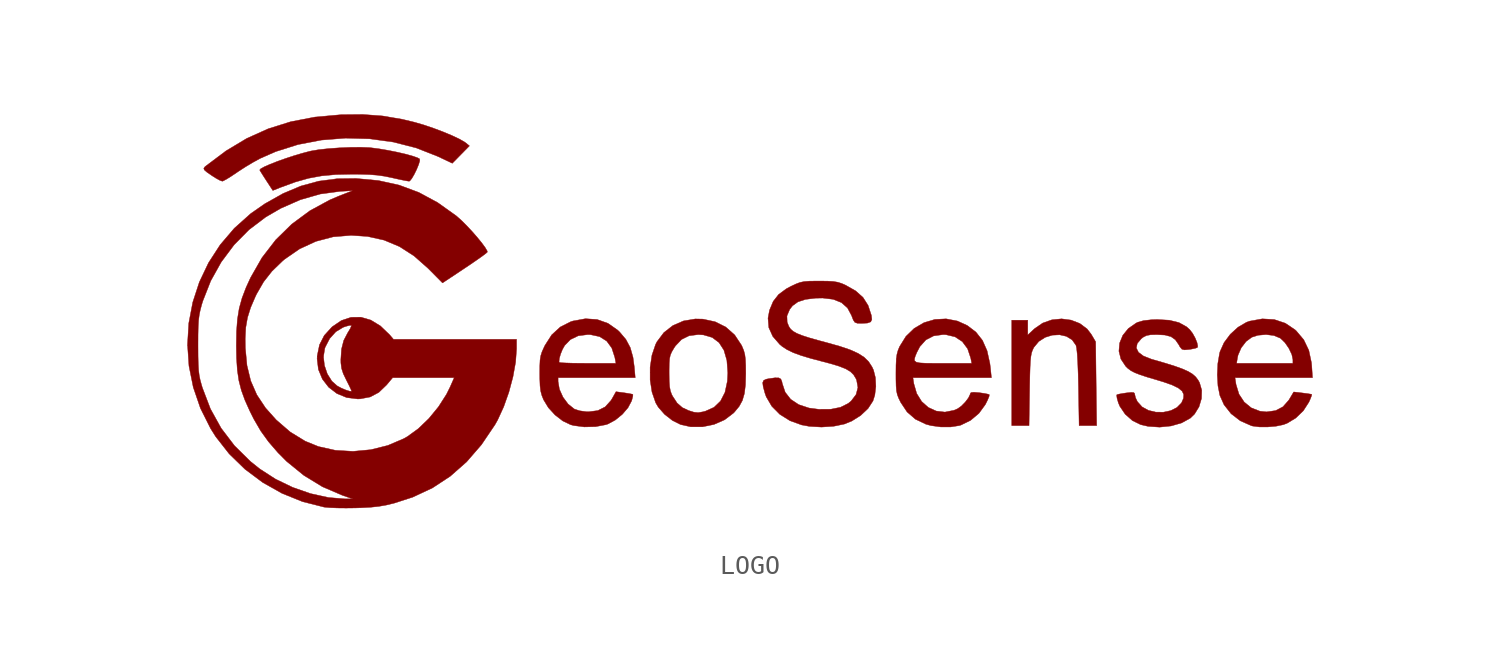
<source format=kicad_sym>
(kicad_symbol_lib
  (version 20220914)
  (generator "bitmap2component")
  (generator_version "9.0")
  (symbol "LOGO"
    (pin_names
      (offset 1.016))
    (property "Reference" "#G"
      (at 0 12.615 0)
      (effects (font (size 1.27 1.27)) hide))
    (symbol "LOGO_0_0"
      (polyline (pts (xy -21.378 -10.332) (xy -21.074 -10.323) (xy -20.557 -10.295) (xy -20.128 -10.249) (xy -19.732 -10.18) (xy -19.314 -10.079) (xy -18.329 -9.761) (xy -17.289 -9.275) (xy -16.341 -8.653) (xy -15.476 -7.891) (xy -14.689 -6.983) (xy -13.972 -5.923) (xy -13.829 -5.669) (xy -13.509 -4.972) (xy -13.233 -4.193) (xy -13.018 -3.386) (xy -12.877 -2.604) (xy -12.827 -1.902) (xy -12.827 -1.397) (xy -16.087 -1.397) (xy -19.348 -1.397) (xy -19.538 -1.173) (xy -19.555 -1.153) (xy -20.041 -0.686) (xy -20.551 -0.375) (xy -21.075 -0.222) (xy -21.599 -0.229) (xy -22.11 -0.398) (xy -22.598 -0.73) (xy -22.613 -0.744) (xy -23.018 -1.19) (xy -23.271 -1.684) (xy -23.389 -2.258) (xy -23.392 -2.315) (xy -23.061 -2.315) (xy -22.993 -1.881) (xy -22.97 -1.814) (xy -22.732 -1.355) (xy -22.404 -0.992) (xy -22.018 -0.759) (xy -21.882 -0.711) (xy -21.682 -0.657) (xy -21.584 -0.655) (xy -21.581 -0.683) (xy -21.635 -0.818) (xy -21.754 -1.016) (xy -21.774 -1.046) (xy -21.986 -1.454) (xy -22.104 -1.911) (xy -22.14 -2.47) (xy -22.137 -2.644) (xy -22.101 -2.935) (xy -22.01 -3.216) (xy -21.843 -3.563) (xy -21.813 -3.621) (xy -21.681 -3.884) (xy -21.594 -4.073) (xy -21.568 -4.15) (xy -21.569 -4.15) (xy -21.677 -4.144) (xy -21.878 -4.081) (xy -22.115 -3.98) (xy -22.333 -3.864) (xy -22.615 -3.613) (xy -22.856 -3.23) (xy -23.009 -2.781) (xy -23.061 -2.315) (xy -23.392 -2.315) (xy -23.398 -2.426) (xy -23.329 -2.993) (xy -23.118 -3.503) (xy -22.785 -3.935) (xy -22.349 -4.269) (xy -21.83 -4.482) (xy -21.248 -4.555) (xy -21.11 -4.55) (xy -20.583 -4.45) (xy -20.127 -4.208) (xy -19.714 -3.811) (xy -19.395 -3.429) (xy -17.763 -3.429) (xy -16.131 -3.429) (xy -16.345 -3.916) (xy -16.54 -4.309) (xy -16.963 -4.969) (xy -17.473 -5.591) (xy -18.034 -6.131) (xy -18.607 -6.546) (xy -18.807 -6.66) (xy -19.647 -7.019) (xy -20.553 -7.245) (xy -21.491 -7.333) (xy -22.427 -7.278) (xy -23.326 -7.078) (xy -24.031 -6.792) (xy -24.822 -6.307) (xy -25.564 -5.666) (xy -26.134 -5.028) (xy -26.594 -4.334) (xy -26.917 -3.595) (xy -27.115 -2.781) (xy -27.202 -1.859) (xy -27.21 -1.366) (xy -27.179 -0.769) (xy -27.086 -0.237) (xy -26.921 0.289) (xy -26.672 0.867) (xy -26.605 1.006) (xy -26.234 1.65) (xy -25.793 2.212) (xy -25.233 2.754) (xy -25.116 2.853) (xy -24.323 3.399) (xy -23.461 3.796) (xy -22.546 4.037) (xy -21.595 4.116) (xy -20.726 4.058) (xy -19.846 3.862) (xy -19.03 3.52) (xy -18.261 3.025) (xy -17.519 2.369) (xy -16.75 1.594) (xy -15.575 2.375) (xy -15.288 2.567) (xy -14.931 2.812) (xy -14.644 3.015) (xy -14.451 3.161) (xy -14.375 3.23) (xy -14.387 3.292) (xy -14.49 3.469) (xy -14.674 3.72) (xy -14.918 4.018) (xy -15.197 4.337) (xy -15.489 4.648) (xy -15.769 4.926) (xy -16.016 5.143) (xy -16.034 5.157) (xy -17.012 5.854) (xy -18.008 6.391) (xy -19.045 6.777) (xy -20.146 7.02) (xy -21.336 7.13) (xy -22.33 7.117) (xy -23.314 6.988) (xy -24.261 6.729) (xy -25.203 6.332) (xy -26.174 5.786) (xy -26.918 5.267) (xy -27.789 4.488) (xy -28.535 3.614) (xy -29.153 2.66) (xy -29.638 1.64) (xy -29.988 0.569) (xy -30.199 -0.539) (xy -30.267 -1.67) (xy -30.264 -1.71) (xy -29.711 -1.71) (xy -29.709 -1.15) (xy -29.7 -0.721) (xy -29.68 -0.386) (xy -29.645 -0.109) (xy -29.593 0.148) (xy -29.521 0.422) (xy -29.457 0.633) (xy -29.036 1.703) (xy -28.478 2.703) (xy -27.797 3.613) (xy -27.007 4.413) (xy -26.122 5.084) (xy -25.325 5.547) (xy -24.284 6.004) (xy -23.23 6.306) (xy -22.183 6.447) (xy -21.505 6.486) (xy -22.246 6.197) (xy -22.72 5.996) (xy -23.78 5.42) (xy -24.739 4.711) (xy -25.589 3.878) (xy -26.32 2.93) (xy -26.922 1.876) (xy -27.162 1.353) (xy -27.376 0.792) (xy -27.526 0.249) (xy -27.619 -0.322) (xy -27.668 -0.969) (xy -27.68 -1.736) (xy -27.668 -2.393) (xy -27.626 -3.029) (xy -27.544 -3.582) (xy -27.413 -4.096) (xy -27.224 -4.617) (xy -26.968 -5.189) (xy -26.752 -5.621) (xy -26.385 -6.252) (xy -25.972 -6.824) (xy -25.468 -7.407) (xy -25.012 -7.865) (xy -24.103 -8.605) (xy -23.116 -9.208) (xy -22.07 -9.658) (xy -21.505 -9.854) (xy -21.929 -9.851) (xy -22.797 -9.78) (xy -23.748 -9.571) (xy -24.697 -9.24) (xy -25.605 -8.801) (xy -26.431 -8.267) (xy -26.932 -7.867) (xy -27.779 -7.031) (xy -28.486 -6.103) (xy -29.052 -5.081) (xy -29.479 -3.962) (xy -29.522 -3.818) (xy -29.595 -3.553) (xy -29.646 -3.304) (xy -29.679 -3.035) (xy -29.698 -2.709) (xy -29.708 -2.288) (xy -29.711 -1.736) (xy -29.711 -1.71) (xy -30.264 -1.71) (xy -30.189 -2.808) (xy -29.961 -3.939) (xy -29.581 -5.049) (xy -29.043 -6.123) (xy -28.771 -6.554) (xy -28.057 -7.466) (xy -27.221 -8.279) (xy -26.282 -8.981) (xy -25.259 -9.558) (xy -24.171 -9.998) (xy -23.038 -10.285) (xy -22.991 -10.293) (xy -22.711 -10.317) (xy -22.319 -10.333) (xy -21.859 -10.338) (xy -21.378 -10.332)) (stroke (width 0.01) (type default)) (fill (type outline)))
      (polyline (pts (xy -8.638 -6.023) (xy -8.091 -5.92) (xy -7.991 -5.886) (xy -7.598 -5.676) (xy -7.225 -5.373) (xy -6.922 -5.022) (xy -6.734 -4.667) (xy -6.713 -4.601) (xy -6.665 -4.41) (xy -6.661 -4.318) (xy -6.702 -4.302) (xy -6.873 -4.268) (xy -7.124 -4.229) (xy -7.556 -4.172) (xy -7.754 -4.524) (xy -7.823 -4.637) (xy -8.13 -4.976) (xy -8.519 -5.172) (xy -9.008 -5.235) (xy -9.132 -5.231) (xy -9.483 -5.183) (xy -9.754 -5.094) (xy -9.774 -5.083) (xy -10.096 -4.824) (xy -10.368 -4.458) (xy -10.556 -4.04) (xy -10.626 -3.628) (xy -10.626 -3.429) (xy -8.582 -3.429) (xy -6.537 -3.429) (xy -6.587 -2.857) (xy -6.656 -2.345) (xy -6.801 -1.833) (xy -7.032 -1.4) (xy -7.369 -1.002) (xy -7.468 -0.908) (xy -7.983 -0.547) (xy -8.555 -0.345) (xy -9.175 -0.303) (xy -9.835 -0.423) (xy -9.954 -0.461) (xy -10.508 -0.741) (xy -10.963 -1.158) (xy -11.319 -1.712) (xy -11.37 -1.818) (xy -11.477 -2.057) (xy -11.544 -2.266) (xy -11.581 -2.496) (xy -11.585 -2.582) (xy -10.576 -2.582) (xy -10.562 -2.415) (xy -10.495 -2.179) (xy -10.394 -1.929) (xy -10.276 -1.72) (xy -9.97 -1.406) (xy -9.559 -1.208) (xy -9.048 -1.143) (xy -8.906 -1.148) (xy -8.426 -1.251) (xy -8.049 -1.488) (xy -7.779 -1.856) (xy -7.618 -2.352) (xy -7.559 -2.667) (xy -9.036 -2.667) (xy -9.443 -2.665) (xy -9.877 -2.659) (xy -10.227 -2.648) (xy -10.465 -2.635) (xy -10.561 -2.619) (xy -10.576 -2.582) (xy -11.585 -2.582) (xy -11.595 -2.796) (xy -11.598 -3.216) (xy -11.595 -3.494) (xy -11.581 -3.861) (xy -11.548 -4.135) (xy -11.488 -4.364) (xy -11.396 -4.596) (xy -11.142 -5.015) (xy -10.785 -5.406) (xy -10.375 -5.723) (xy -9.96 -5.921) (xy -9.798 -5.964) (xy -9.235 -6.038) (xy -8.638 -6.023)) (stroke (width 0.01) (type default)) (fill (type outline)))
      (polyline (pts (xy -2.36 -5.906) (xy -1.8 -5.661) (xy -1.335 -5.308) (xy -1.275 -5.247) (xy -1.03 -4.951) (xy -0.859 -4.638) (xy -0.751 -4.269) (xy -0.695 -3.808) (xy -0.678 -3.217) (xy -0.682 -2.777) (xy -0.697 -2.442) (xy -0.73 -2.193) (xy -0.786 -1.986) (xy -0.872 -1.778) (xy -0.91 -1.699) (xy -1.268 -1.16) (xy -1.737 -0.745) (xy -2.303 -0.463) (xy -2.951 -0.324) (xy -3.353 -0.315) (xy -3.979 -0.42) (xy -4.542 -0.665) (xy -5.018 -1.036) (xy -5.385 -1.524) (xy -5.457 -1.664) (xy -5.65 -2.233) (xy -5.747 -2.878) (xy -5.747 -3.168) (xy -4.741 -3.168) (xy -4.741 -3.05) (xy -4.736 -2.679) (xy -4.717 -2.42) (xy -4.675 -2.228) (xy -4.601 -2.058) (xy -4.487 -1.865) (xy -4.407 -1.744) (xy -4.08 -1.401) (xy -3.683 -1.205) (xy -3.193 -1.143) (xy -2.919 -1.161) (xy -2.456 -1.297) (xy -2.094 -1.569) (xy -1.835 -1.973) (xy -1.68 -2.509) (xy -1.63 -3.175) (xy -1.654 -3.618) (xy -1.78 -4.207) (xy -2.015 -4.666) (xy -2.359 -4.997) (xy -2.813 -5.202) (xy -2.951 -5.238) (xy -3.201 -5.28) (xy -3.424 -5.258) (xy -3.71 -5.169) (xy -4.039 -5.015) (xy -4.319 -4.77) (xy -4.56 -4.403) (xy -4.603 -4.318) (xy -4.673 -4.13) (xy -4.715 -3.905) (xy -4.736 -3.599) (xy -4.741 -3.168) (xy -5.747 -3.168) (xy -5.747 -3.548) (xy -5.648 -4.193) (xy -5.451 -4.761) (xy -5.315 -4.99) (xy -4.981 -5.371) (xy -4.567 -5.695) (xy -4.131 -5.913) (xy -3.593 -6.032) (xy -2.972 -6.032) (xy -2.36 -5.906)) (stroke (width 0.01) (type default)) (fill (type outline)))
      (polyline (pts (xy 3.98 -6.003) (xy 4.551 -5.885) (xy 4.939 -5.728) (xy 5.411 -5.431) (xy 5.801 -5.063) (xy 6.064 -4.66) (xy 6.161 -4.352) (xy 6.216 -3.892) (xy 6.193 -3.424) (xy 6.092 -3.025) (xy 6.016 -2.861) (xy 5.837 -2.583) (xy 5.598 -2.347) (xy 5.277 -2.141) (xy 4.853 -1.95) (xy 4.304 -1.764) (xy 3.609 -1.569) (xy 3.227 -1.467) (xy 2.703 -1.32) (xy 2.31 -1.193) (xy 2.025 -1.079) (xy 1.828 -0.966) (xy 1.695 -0.848) (xy 1.605 -0.712) (xy 1.515 -0.486) (xy 1.503 -0.157) (xy 1.647 0.186) (xy 1.798 0.382) (xy 2.086 0.59) (xy 2.484 0.721) (xy 3.016 0.786) (xy 3.393 0.794) (xy 3.955 0.726) (xy 4.393 0.552) (xy 4.715 0.267) (xy 4.928 -0.131) (xy 5.019 -0.369) (xy 5.105 -0.496) (xy 5.235 -0.543) (xy 5.46 -0.549) (xy 5.769 -0.533) (xy 5.944 -0.471) (xy 6.004 -0.342) (xy 5.978 -0.123) (xy 5.976 -0.118) (xy 5.804 0.404) (xy 5.536 0.825) (xy 5.147 1.172) (xy 4.614 1.474) (xy 4.412 1.563) (xy 4.199 1.631) (xy 3.96 1.671) (xy 3.648 1.689) (xy 3.216 1.693) (xy 3.051 1.693) (xy 2.679 1.687) (xy 2.409 1.665) (xy 2.191 1.618) (xy 1.976 1.537) (xy 1.713 1.413) (xy 1.471 1.283) (xy 1.062 0.981) (xy 0.776 0.615) (xy 0.582 0.152) (xy 0.501 -0.274) (xy 0.544 -0.775) (xy 0.753 -1.239) (xy 1.126 -1.668) (xy 1.258 -1.778) (xy 1.514 -1.944) (xy 1.836 -2.099) (xy 2.249 -2.251) (xy 2.778 -2.41) (xy 3.45 -2.587) (xy 3.791 -2.676) (xy 4.267 -2.819) (xy 4.616 -2.957) (xy 4.865 -3.104) (xy 5.039 -3.275) (xy 5.163 -3.481) (xy 5.197 -3.559) (xy 5.266 -3.948) (xy 5.169 -4.321) (xy 4.911 -4.661) (xy 4.753 -4.792) (xy 4.344 -4.997) (xy 3.831 -5.1) (xy 3.196 -5.105) (xy 2.676 -5.037) (xy 2.128 -4.856) (xy 1.703 -4.574) (xy 1.409 -4.196) (xy 1.254 -3.729) (xy 1.237 -3.637) (xy 1.18 -3.5) (xy 1.068 -3.437) (xy 0.863 -3.436) (xy 0.529 -3.483) (xy 0.398 -3.51) (xy 0.267 -3.575) (xy 0.219 -3.696) (xy 0.246 -3.909) (xy 0.338 -4.248) (xy 0.406 -4.44) (xy 0.7 -4.942) (xy 1.125 -5.371) (xy 1.662 -5.708) (xy 2.286 -5.934) (xy 2.694 -6.008) (xy 3.336 -6.045) (xy 3.98 -6.003)) (stroke (width 0.01) (type default)) (fill (type outline)))
      (polyline (pts (xy 10.641 -5.966) (xy 10.728 -5.939) (xy 11.236 -5.691) (xy 11.681 -5.316) (xy 12.018 -4.854) (xy 12.137 -4.616) (xy 12.217 -4.42) (xy 12.23 -4.328) (xy 12.165 -4.303) (xy 11.97 -4.263) (xy 11.701 -4.224) (xy 11.691 -4.223) (xy 11.409 -4.2) (xy 11.261 -4.217) (xy 11.218 -4.277) (xy 11.213 -4.316) (xy 11.123 -4.501) (xy 10.955 -4.723) (xy 10.752 -4.929) (xy 10.558 -5.07) (xy 10.357 -5.157) (xy 9.878 -5.252) (xy 9.417 -5.197) (xy 8.998 -5.006) (xy 8.645 -4.692) (xy 8.381 -4.267) (xy 8.23 -3.747) (xy 8.181 -3.429) (xy 10.262 -3.429) (xy 12.342 -3.429) (xy 12.288 -2.9) (xy 12.26 -2.676) (xy 12.111 -2.001) (xy 11.868 -1.452) (xy 11.521 -1.012) (xy 11.061 -0.662) (xy 10.541 -0.426) (xy 9.941 -0.31) (xy 9.341 -0.342) (xy 8.769 -0.512) (xy 8.25 -0.814) (xy 7.811 -1.239) (xy 7.476 -1.778) (xy 7.392 -1.98) (xy 7.335 -2.186) (xy 7.301 -2.434) (xy 7.301 -2.439) (xy 8.26 -2.439) (xy 8.304 -2.292) (xy 8.386 -2.094) (xy 8.55 -1.779) (xy 8.869 -1.424) (xy 9.279 -1.213) (xy 9.78 -1.143) (xy 9.931 -1.149) (xy 10.411 -1.262) (xy 10.797 -1.514) (xy 11.08 -1.893) (xy 11.246 -2.392) (xy 11.299 -2.667) (xy 9.777 -2.667) (xy 9.282 -2.667) (xy 8.848 -2.662) (xy 8.548 -2.645) (xy 8.363 -2.607) (xy 8.273 -2.541) (xy 8.26 -2.439) (xy 7.301 -2.439) (xy 7.285 -2.765) (xy 7.281 -3.223) (xy 7.282 -3.513) (xy 7.29 -3.87) (xy 7.311 -4.128) (xy 7.355 -4.33) (xy 7.427 -4.519) (xy 7.535 -4.739) (xy 7.872 -5.245) (xy 8.31 -5.627) (xy 8.865 -5.893) (xy 9.135 -5.967) (xy 9.653 -6.038) (xy 10.182 -6.039) (xy 10.641 -5.966)) (stroke (width 0.01) (type default)) (fill (type outline)))
      (polyline (pts (xy 21.866 -5.987) (xy 22.423 -5.827) (xy 22.882 -5.574) (xy 23.108 -5.356) (xy 23.345 -4.969) (xy 23.476 -4.53) (xy 23.488 -4.088) (xy 23.371 -3.689) (xy 23.297 -3.558) (xy 23.169 -3.387) (xy 23.001 -3.238) (xy 22.773 -3.099) (xy 22.464 -2.962) (xy 22.053 -2.814) (xy 21.518 -2.648) (xy 20.841 -2.452) (xy 20.814 -2.444) (xy 20.398 -2.28) (xy 20.133 -2.08) (xy 20.022 -1.854) (xy 20.071 -1.612) (xy 20.284 -1.362) (xy 20.392 -1.278) (xy 20.563 -1.193) (xy 20.782 -1.153) (xy 21.11 -1.144) (xy 21.54 -1.168) (xy 21.858 -1.252) (xy 22.087 -1.414) (xy 22.266 -1.67) (xy 22.335 -1.795) (xy 22.439 -1.919) (xy 22.577 -1.954) (xy 22.816 -1.932) (xy 22.927 -1.916) (xy 23.143 -1.872) (xy 23.256 -1.831) (xy 23.277 -1.758) (xy 23.239 -1.571) (xy 23.142 -1.329) (xy 23.006 -1.082) (xy 22.852 -0.881) (xy 22.685 -0.731) (xy 22.281 -0.508) (xy 21.767 -0.382) (xy 21.124 -0.346) (xy 20.835 -0.356) (xy 20.405 -0.404) (xy 20.107 -0.487) (xy 20.01 -0.534) (xy 19.599 -0.821) (xy 19.305 -1.184) (xy 19.137 -1.593) (xy 19.1 -2.022) (xy 19.205 -2.441) (xy 19.458 -2.823) (xy 19.574 -2.937) (xy 19.732 -3.054) (xy 19.938 -3.162) (xy 20.22 -3.272) (xy 20.608 -3.399) (xy 21.132 -3.554) (xy 21.459 -3.653) (xy 21.927 -3.819) (xy 22.251 -3.977) (xy 22.448 -4.139) (xy 22.533 -4.317) (xy 22.522 -4.52) (xy 22.419 -4.759) (xy 22.175 -5.008) (xy 21.842 -5.175) (xy 21.456 -5.258) (xy 21.051 -5.253) (xy 20.662 -5.16) (xy 20.326 -4.975) (xy 20.077 -4.696) (xy 19.98 -4.49) (xy 19.939 -4.318) (xy 19.936 -4.277) (xy 19.889 -4.219) (xy 19.755 -4.207) (xy 19.494 -4.235) (xy 19.324 -4.26) (xy 19.103 -4.299) (xy 18.992 -4.329) (xy 18.98 -4.365) (xy 19.001 -4.522) (xy 19.068 -4.755) (xy 19.146 -4.942) (xy 19.43 -5.362) (xy 19.814 -5.702) (xy 20.253 -5.917) (xy 20.644 -6.007) (xy 21.257 -6.049) (xy 21.866 -5.987)) (stroke (width 0.01) (type default)) (fill (type outline)))
      (polyline (pts (xy 27.424 -6) (xy 27.806 -5.921) (xy 28.007 -5.847) (xy 28.47 -5.569) (xy 28.872 -5.182) (xy 29.165 -4.728) (xy 29.229 -4.587) (xy 29.303 -4.4) (xy 29.321 -4.317) (xy 29.269 -4.302) (xy 29.089 -4.272) (xy 28.829 -4.239) (xy 28.363 -4.185) (xy 28.137 -4.564) (xy 28.102 -4.621) (xy 27.793 -4.97) (xy 27.405 -5.173) (xy 26.922 -5.241) (xy 26.574 -5.205) (xy 26.116 -5.028) (xy 25.739 -4.72) (xy 25.462 -4.301) (xy 25.307 -3.789) (xy 25.251 -3.429) (xy 27.305 -3.429) (xy 29.359 -3.429) (xy 29.319 -2.815) (xy 29.303 -2.633) (xy 29.163 -1.976) (xy 28.895 -1.418) (xy 28.492 -0.941) (xy 28.432 -0.887) (xy 27.915 -0.54) (xy 27.333 -0.347) (xy 26.701 -0.31) (xy 26.029 -0.431) (xy 25.861 -0.491) (xy 25.413 -0.753) (xy 25.003 -1.127) (xy 24.672 -1.571) (xy 24.459 -2.045) (xy 24.433 -2.14) (xy 24.344 -2.667) (xy 25.335 -2.667) (xy 25.385 -2.359) (xy 25.414 -2.228) (xy 25.582 -1.843) (xy 25.84 -1.508) (xy 26.146 -1.283) (xy 26.469 -1.179) (xy 26.898 -1.142) (xy 27.315 -1.194) (xy 27.652 -1.334) (xy 27.668 -1.345) (xy 27.898 -1.568) (xy 28.108 -1.872) (xy 28.262 -2.195) (xy 28.321 -2.473) (xy 28.321 -2.667) (xy 26.828 -2.667) (xy 25.335 -2.667) (xy 24.344 -2.667) (xy 24.342 -2.679) (xy 24.314 -3.277) (xy 24.349 -3.862) (xy 24.448 -4.363) (xy 24.669 -4.861) (xy 25.044 -5.338) (xy 25.535 -5.716) (xy 26.12 -5.974) (xy 26.188 -5.992) (xy 26.546 -6.038) (xy 26.981 -6.039) (xy 27.424 -6)) (stroke (width 0.01) (type default)) (fill (type outline)))
      (polyline (pts (xy 14.364 -4.085) (xy 14.367 -3.871) (xy 14.378 -3.298) (xy 14.392 -2.861) (xy 14.409 -2.537) (xy 14.434 -2.299) (xy 14.467 -2.124) (xy 14.512 -1.987) (xy 14.57 -1.863) (xy 14.595 -1.817) (xy 14.853 -1.507) (xy 15.188 -1.292) (xy 15.567 -1.174) (xy 15.955 -1.155) (xy 16.317 -1.237) (xy 16.619 -1.423) (xy 16.825 -1.714) (xy 16.858 -1.868) (xy 16.891 -2.186) (xy 16.918 -2.648) (xy 16.941 -3.243) (xy 16.957 -3.958) (xy 16.991 -5.969) (xy 17.455 -5.969) (xy 17.919 -5.969) (xy 17.892 -3.747) (xy 17.865 -1.524) (xy 17.633 -1.13) (xy 17.413 -0.844) (xy 17.026 -0.555) (xy 16.564 -0.376) (xy 16.06 -0.31) (xy 15.548 -0.361) (xy 15.061 -0.532) (xy 14.632 -0.827) (xy 14.266 -1.165) (xy 14.266 -0.773) (xy 14.266 -0.381) (xy 13.843 -0.381) (xy 13.42 -0.381) (xy 13.42 -3.175) (xy 13.42 -5.969) (xy 13.877 -5.969) (xy 14.335 -5.969) (xy 14.364 -4.085)) (stroke (width 0.01) (type default)) (fill (type outline)))
      (polyline (pts (xy -25.319 6.663) (xy -24.557 6.941) (xy -23.854 7.14) (xy -23.155 7.269) (xy -22.406 7.338) (xy -21.548 7.357) (xy -21.148 7.354) (xy -20.634 7.338) (xy -20.209 7.305) (xy -19.826 7.25) (xy -19.435 7.17) (xy -19.23 7.123) (xy -18.899 7.052) (xy -18.648 7.003) (xy -18.52 6.985) (xy -18.483 7.002) (xy -18.378 7.131) (xy -18.251 7.349) (xy -18.124 7.608) (xy -18.02 7.861) (xy -17.959 8.063) (xy -17.965 8.167) (xy -18.084 8.231) (xy -18.355 8.324) (xy -18.728 8.426) (xy -19.171 8.528) (xy -19.646 8.623) (xy -20.119 8.703) (xy -20.554 8.759) (xy -20.64 8.767) (xy -21.089 8.784) (xy -21.633 8.779) (xy -22.22 8.754) (xy -22.797 8.712) (xy -23.31 8.656) (xy -23.707 8.589) (xy -23.792 8.57) (xy -24.199 8.463) (xy -24.641 8.331) (xy -25.09 8.183) (xy -25.516 8.031) (xy -25.892 7.883) (xy -26.191 7.752) (xy -26.383 7.647) (xy -26.44 7.579) (xy -26.439 7.575) (xy -26.376 7.469) (xy -26.248 7.266) (xy -26.081 7.007) (xy -25.745 6.494) (xy -25.319 6.663)) (stroke (width 0.01) (type default)) (fill (type outline)))
      (polyline (pts (xy -28.381 6.998) (xy -28.21 7.087) (xy -27.959 7.242) (xy -27.662 7.441) (xy -27.585 7.494) (xy -27.19 7.75) (xy -26.774 7.998) (xy -26.416 8.193) (xy -25.598 8.553) (xy -24.41 8.928) (xy -23.166 9.166) (xy -21.892 9.268) (xy -20.614 9.233) (xy -19.356 9.06) (xy -18.145 8.75) (xy -17.006 8.302) (xy -16.231 7.936) (xy -15.778 8.397) (xy -15.325 8.858) (xy -15.511 9.011) (xy -15.575 9.058) (xy -15.854 9.219) (xy -16.249 9.405) (xy -16.721 9.602) (xy -17.236 9.796) (xy -17.757 9.972) (xy -18.248 10.114) (xy -18.904 10.271) (xy -19.936 10.445) (xy -20.977 10.522) (xy -22.098 10.511) (xy -22.131 10.51) (xy -23.515 10.385) (xy -24.795 10.139) (xy -25.992 9.763) (xy -27.129 9.251) (xy -28.227 8.592) (xy -29.308 7.78) (xy -29.349 7.745) (xy -29.404 7.666) (xy -29.374 7.582) (xy -29.238 7.464) (xy -28.978 7.284) (xy -28.762 7.146) (xy -28.549 7.03) (xy -28.425 6.985) (xy -28.381 6.998)) (stroke (width 0.01) (type default)) (fill (type outline))))))
</source>
